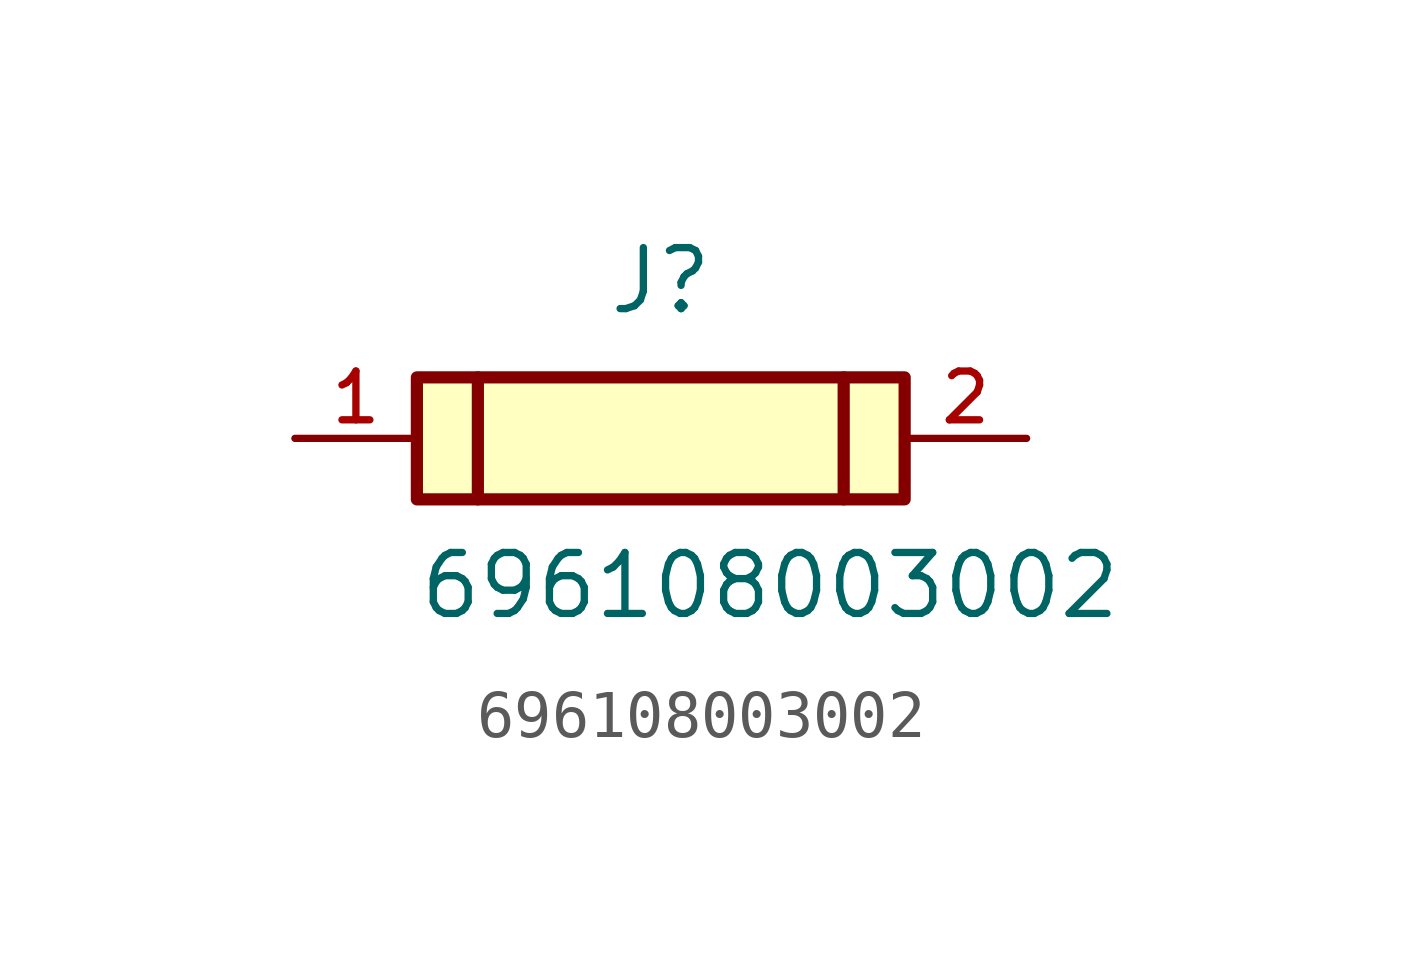
<source format=kicad_sym>
(kicad_symbol_lib
  (version 20211014)
  (generator kicad_symbol_editor)
  (symbol "696108003002"
    (pin_names
      (offset 1.016))
    (property "Reference" "J"
      (at 0.0 2.54 0)
      (effects (font (size 1.27 1.27)) (justify bottom)))
    (property "Value" "696108003002"
      (at -5.08 -3.81 0)
      (effects (font (size 1.27 1.27)) (justify bottom left)))
    (symbol "696108003002_0_0"
      (polyline (pts (xy -3.81 1.27) (xy -3.81 -1.27)) (stroke (width 0.254)))
      (polyline (pts (xy 3.81 1.27) (xy 3.81 -1.27)) (stroke (width 0.254)))
      (rectangle (start -5.08 -1.27) (end 5.08 1.27) (stroke (width 0.254)) (fill (type background)))
      (pin passive line (at -7.62 0.0 0) (length 2.54) (name "~" (effects (font (size 1.016 1.016)))) (number "1" (effects (font (size 1.016 1.016)))))
      (pin passive line (at 7.62 0.0 180.0) (length 2.54) (name "~" (effects (font (size 1.016 1.016)))) (number "2" (effects (font (size 1.016 1.016))))))))
</source>
